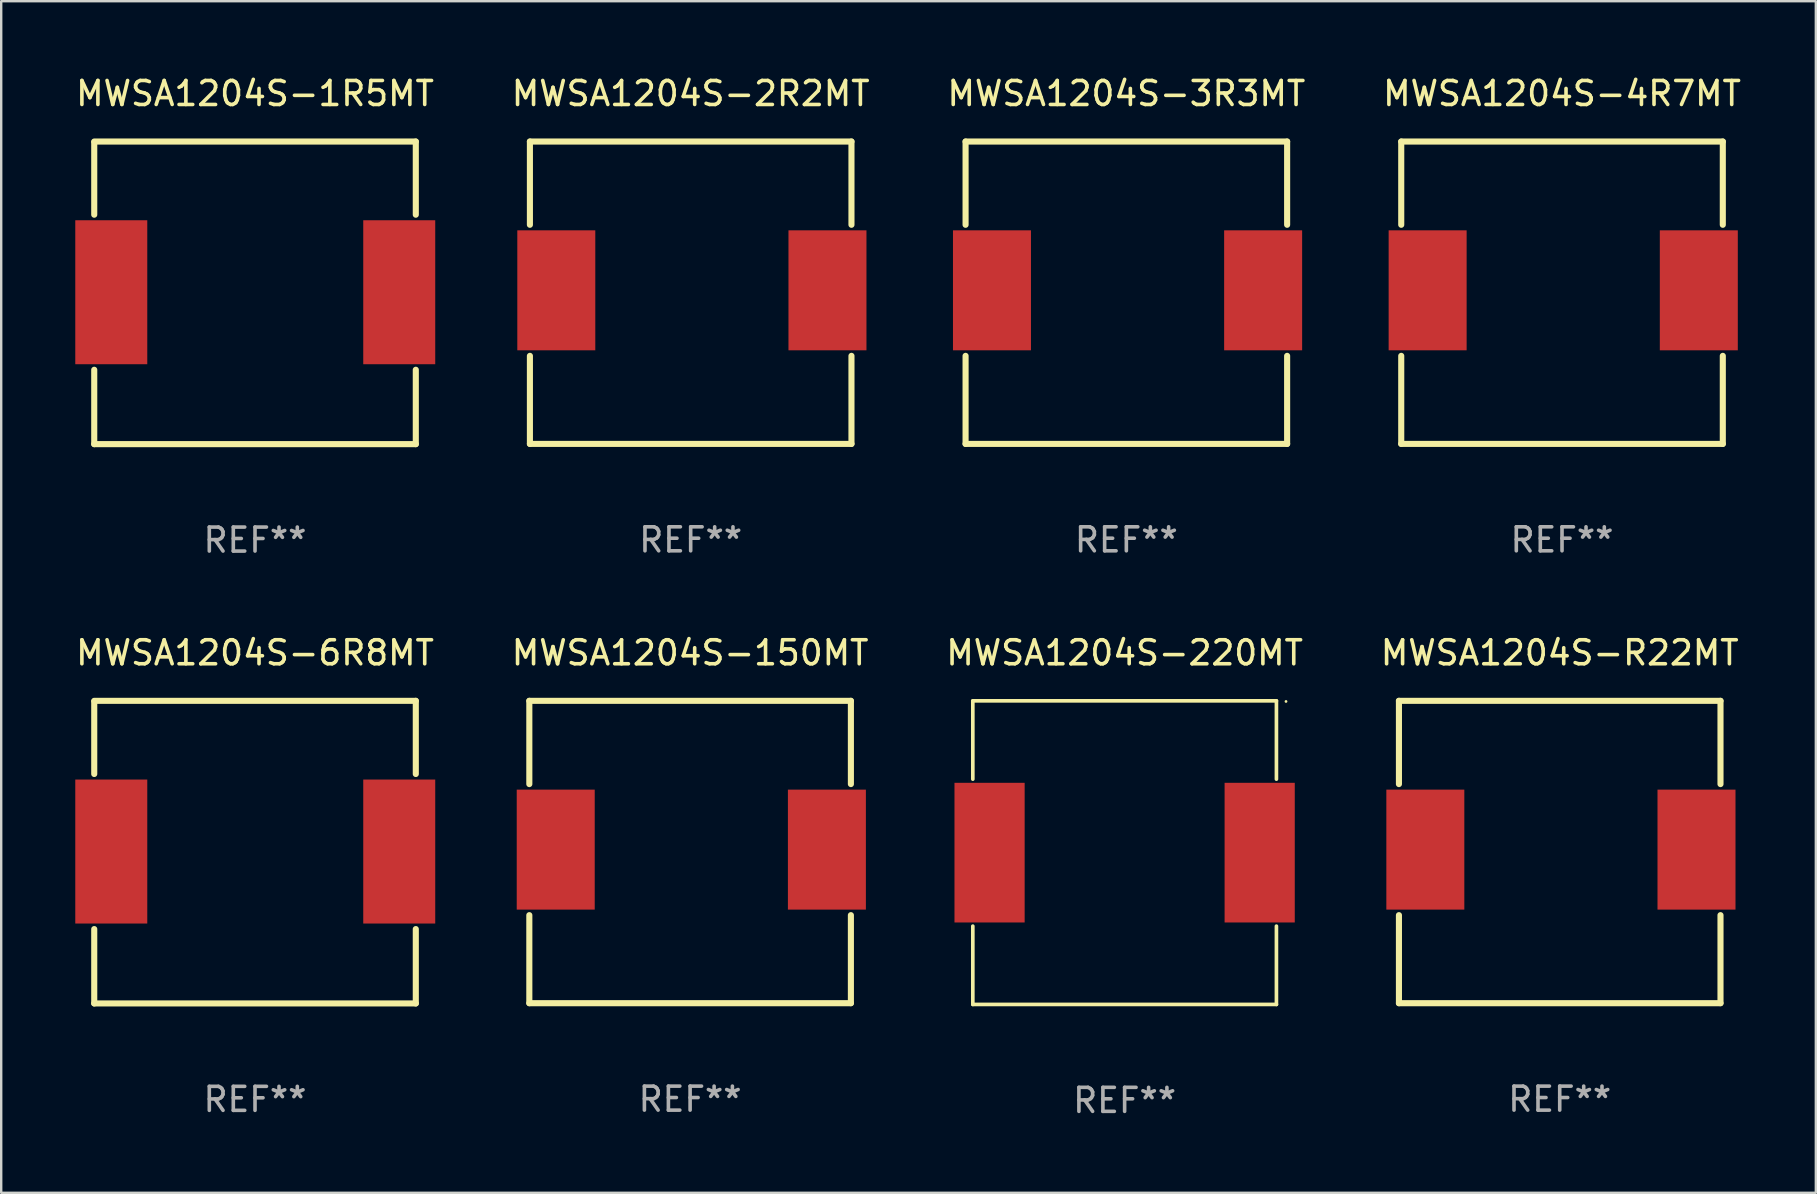
<source format=kicad_pcb>
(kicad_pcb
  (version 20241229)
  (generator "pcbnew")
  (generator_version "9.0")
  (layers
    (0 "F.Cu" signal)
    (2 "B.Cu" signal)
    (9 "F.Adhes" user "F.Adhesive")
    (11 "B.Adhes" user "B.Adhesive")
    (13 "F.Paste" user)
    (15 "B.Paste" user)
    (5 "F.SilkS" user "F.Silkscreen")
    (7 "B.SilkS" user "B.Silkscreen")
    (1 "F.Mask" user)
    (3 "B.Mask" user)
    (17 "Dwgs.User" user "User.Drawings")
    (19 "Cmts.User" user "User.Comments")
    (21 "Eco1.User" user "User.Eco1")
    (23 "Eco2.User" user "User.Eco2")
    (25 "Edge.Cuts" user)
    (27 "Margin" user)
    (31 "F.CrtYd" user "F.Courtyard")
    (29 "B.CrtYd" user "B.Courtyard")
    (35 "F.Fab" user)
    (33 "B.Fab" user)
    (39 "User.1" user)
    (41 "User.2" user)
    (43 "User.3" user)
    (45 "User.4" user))
  (footprint "MWSA1204S-150MT"
    (layer "F.Cu")
    (at 25.708 32.455)
    (property "Reference" "MWSA1204S-150MT" (at 0 -8.3 0) (layer "F.SilkS") (effects (font (size 1 1) (thickness 0.15))))
    (attr through_hole)
    (fp_line (start -6.7 -6.3) (end 6.7 -6.3) (stroke (width 0.254) (type solid)) (layer "F.SilkS"))
    (fp_line (start -6.7 -2.831) (end -6.7 -6.3) (stroke (width 0.254) (type solid)) (layer "F.SilkS"))
    (fp_line (start -6.7 6.3) (end -6.7 2.631) (stroke (width 0.254) (type solid)) (layer "F.SilkS"))
    (fp_line (start -6.7 6.3) (end 6.7 6.3) (stroke (width 0.254) (type solid)) (layer "F.SilkS"))
    (fp_line (start 6.7 -6.3) (end 6.7 -2.831) (stroke (width 0.254) (type solid)) (layer "F.SilkS"))
    (fp_line (start 6.7 2.631) (end 6.7 6.3) (stroke (width 0.254) (type solid)) (layer "F.SilkS"))
    (fp_circle (center -6.65 6.2) (end -6.62 6.2) (stroke (width 0.06) (type solid)) (fill no) (layer "F.SilkS"))
    (fp_text user "REF**" (at 0 10.3 0) (layer "F.Fab") (effects (font (size 1 1) (thickness 0.15))))
    (pad "1" smd rect (at -5.6 -0.1 90) (size 5 3.25) (layers "F.Cu" "F.Mask" "F.Paste"))
    (pad "2" smd rect (at 5.7 -0.1 90) (size 5 3.25) (layers "F.Cu" "F.Mask" "F.Paste")))
  (footprint "MWSA1204S-220MT"
    (layer "F.Cu")
    (at 43.815 32.481)
    (property "Reference" "MWSA1204S-220MT" (at 0 -8.326 0) (layer "F.SilkS") (effects (font (size 1 1) (thickness 0.15))))
    (attr through_hole)
    (fp_line (start -6.326 -6.326) (end 6.326 -6.326) (stroke (width 0.152) (type solid)) (layer "F.SilkS"))
    (fp_line (start -6.326 -3.062) (end -6.326 -6.326) (stroke (width 0.152) (type solid)) (layer "F.SilkS"))
    (fp_line (start -6.326 3.062) (end -6.326 6.326) (stroke (width 0.152) (type solid)) (layer "F.SilkS"))
    (fp_line (start -6.326 6.326) (end 6.326 6.326) (stroke (width 0.152) (type solid)) (layer "F.SilkS"))
    (fp_line (start 6.326 -6.326) (end 6.326 -3.062) (stroke (width 0.152) (type solid)) (layer "F.SilkS"))
    (fp_line (start 6.326 6.326) (end 6.326 3.062) (stroke (width 0.152) (type solid)) (layer "F.SilkS"))
    (fp_circle (center 6.725 -6.3) (end 6.755 -6.3) (stroke (width 0.06) (type solid)) (fill no) (layer "F.SilkS"))
    (fp_text user "REF**" (at 0 10.326 0) (layer "F.Fab") (effects (font (size 1 1) (thickness 0.15))))
    (pad "1" smd rect (at 5.628 0) (size 2.924 5.82) (layers "F.Cu" "F.Mask" "F.Paste"))
    (pad "2" smd rect (at -5.628 0) (size 2.924 5.82) (layers "F.Cu" "F.Mask" "F.Paste")))
  (footprint "MWSA1204S-R22MT"
    (layer "F.Cu")
    (at 61.946 32.455)
    (property "Reference" "MWSA1204S-R22MT" (at 0 -8.3 0) (layer "F.SilkS") (effects (font (size 1 1) (thickness 0.15))))
    (attr through_hole)
    (fp_line (start -6.7 -6.3) (end 6.7 -6.3) (stroke (width 0.254) (type solid)) (layer "F.SilkS"))
    (fp_line (start -6.7 -2.831) (end -6.7 -6.3) (stroke (width 0.254) (type solid)) (layer "F.SilkS"))
    (fp_line (start -6.7 6.3) (end -6.7 2.631) (stroke (width 0.254) (type solid)) (layer "F.SilkS"))
    (fp_line (start -6.7 6.3) (end 6.7 6.3) (stroke (width 0.254) (type solid)) (layer "F.SilkS"))
    (fp_line (start 6.7 -6.3) (end 6.7 -2.831) (stroke (width 0.254) (type solid)) (layer "F.SilkS"))
    (fp_line (start 6.7 2.631) (end 6.7 6.3) (stroke (width 0.254) (type solid)) (layer "F.SilkS"))
    (fp_circle (center -6.65 6.2) (end -6.62 6.2) (stroke (width 0.06) (type solid)) (fill no) (layer "F.SilkS"))
    (fp_text user "REF**" (at 0 10.3 0) (layer "F.Fab") (effects (font (size 1 1) (thickness 0.15))))
    (pad "1" smd rect (at -5.6 -0.1 90) (size 5 3.25) (layers "F.Cu" "F.Mask" "F.Paste"))
    (pad "2" smd rect (at 5.7 -0.1 90) (size 5 3.25) (layers "F.Cu" "F.Mask" "F.Paste")))
  (footprint "MWSA1204S-4R7MT"
    (layer "F.Cu")
    (at 62.042 9.148)
    (property "Reference" "MWSA1204S-4R7MT" (at 0 -8.3 0) (layer "F.SilkS") (effects (font (size 1 1) (thickness 0.15))))
    (attr through_hole)
    (fp_line (start -6.7 -6.3) (end 6.7 -6.3) (stroke (width 0.254) (type solid)) (layer "F.SilkS"))
    (fp_line (start -6.7 -2.831) (end -6.7 -6.3) (stroke (width 0.254) (type solid)) (layer "F.SilkS"))
    (fp_line (start -6.7 6.3) (end -6.7 2.631) (stroke (width 0.254) (type solid)) (layer "F.SilkS"))
    (fp_line (start -6.7 6.3) (end 6.7 6.3) (stroke (width 0.254) (type solid)) (layer "F.SilkS"))
    (fp_line (start 6.7 -6.3) (end 6.7 -2.831) (stroke (width 0.254) (type solid)) (layer "F.SilkS"))
    (fp_line (start 6.7 2.631) (end 6.7 6.3) (stroke (width 0.254) (type solid)) (layer "F.SilkS"))
    (fp_circle (center -6.65 6.2) (end -6.62 6.2) (stroke (width 0.06) (type solid)) (fill no) (layer "F.SilkS"))
    (fp_text user "REF**" (at 0 10.3 0) (layer "F.Fab") (effects (font (size 1 1) (thickness 0.15))))
    (pad "1" smd rect (at -5.6 -0.1 90) (size 5 3.25) (layers "F.Cu" "F.Mask" "F.Paste"))
    (pad "2" smd rect (at 5.7 -0.1 90) (size 5 3.25) (layers "F.Cu" "F.Mask" "F.Paste")))
  (footprint "MWSA1204S-2R2MT"
    (layer "F.Cu")
    (at 25.732 9.148)
    (property "Reference" "MWSA1204S-2R2MT" (at 0 -8.3 0) (layer "F.SilkS") (effects (font (size 1 1) (thickness 0.15))))
    (attr through_hole)
    (fp_line (start -6.7 -6.3) (end 6.7 -6.3) (stroke (width 0.254) (type solid)) (layer "F.SilkS"))
    (fp_line (start -6.7 -2.831) (end -6.7 -6.3) (stroke (width 0.254) (type solid)) (layer "F.SilkS"))
    (fp_line (start -6.7 6.3) (end -6.7 2.631) (stroke (width 0.254) (type solid)) (layer "F.SilkS"))
    (fp_line (start -6.7 6.3) (end 6.7 6.3) (stroke (width 0.254) (type solid)) (layer "F.SilkS"))
    (fp_line (start 6.7 -6.3) (end 6.7 -2.831) (stroke (width 0.254) (type solid)) (layer "F.SilkS"))
    (fp_line (start 6.7 2.631) (end 6.7 6.3) (stroke (width 0.254) (type solid)) (layer "F.SilkS"))
    (fp_circle (center -6.65 6.2) (end -6.62 6.2) (stroke (width 0.06) (type solid)) (fill no) (layer "F.SilkS"))
    (fp_text user "REF**" (at 0 10.3 0) (layer "F.Fab") (effects (font (size 1 1) (thickness 0.15))))
    (pad "1" smd rect (at -5.6 -0.1 90) (size 5 3.25) (layers "F.Cu" "F.Mask" "F.Paste"))
    (pad "2" smd rect (at 5.7 -0.1 90) (size 5 3.25) (layers "F.Cu" "F.Mask" "F.Paste")))
  (footprint "MWSA1204S-3R3MT"
    (layer "F.Cu")
    (at 43.887 9.148)
    (property "Reference" "MWSA1204S-3R3MT" (at 0 -8.3 0) (layer "F.SilkS") (effects (font (size 1 1) (thickness 0.15))))
    (attr through_hole)
    (fp_line (start -6.7 -6.3) (end 6.7 -6.3) (stroke (width 0.254) (type solid)) (layer "F.SilkS"))
    (fp_line (start -6.7 -2.831) (end -6.7 -6.3) (stroke (width 0.254) (type solid)) (layer "F.SilkS"))
    (fp_line (start -6.7 6.3) (end -6.7 2.631) (stroke (width 0.254) (type solid)) (layer "F.SilkS"))
    (fp_line (start -6.7 6.3) (end 6.7 6.3) (stroke (width 0.254) (type solid)) (layer "F.SilkS"))
    (fp_line (start 6.7 -6.3) (end 6.7 -2.831) (stroke (width 0.254) (type solid)) (layer "F.SilkS"))
    (fp_line (start 6.7 2.631) (end 6.7 6.3) (stroke (width 0.254) (type solid)) (layer "F.SilkS"))
    (fp_circle (center -6.65 6.2) (end -6.62 6.2) (stroke (width 0.06) (type solid)) (fill no) (layer "F.SilkS"))
    (fp_text user "REF**" (at 0 10.3 0) (layer "F.Fab") (effects (font (size 1 1) (thickness 0.15))))
    (pad "1" smd rect (at -5.6 -0.1 90) (size 5 3.25) (layers "F.Cu" "F.Mask" "F.Paste"))
    (pad "2" smd rect (at 5.7 -0.1 90) (size 5 3.25) (layers "F.Cu" "F.Mask" "F.Paste")))
  (footprint "MWSA1204S-6R8MT"
    (layer "F.Cu")
    (at 7.577 32.46)
    (property "Reference" "MWSA1204S-6R8MT" (at 0 -8.305 0) (layer "F.SilkS") (effects (font (size 1 1) (thickness 0.15))))
    (attr through_hole)
    (fp_line (start -6.7 -6.275) (end -6.7 -3.256) (stroke (width 0.254) (type solid)) (layer "F.SilkS"))
    (fp_line (start -6.7 3.206) (end -6.7 6.305) (stroke (width 0.254) (type solid)) (layer "F.SilkS"))
    (fp_line (start -6.7 6.305) (end 6.7 6.305) (stroke (width 0.254) (type solid)) (layer "F.SilkS"))
    (fp_line (start 6.7 -6.305) (end -6.7 -6.305) (stroke (width 0.254) (type solid)) (layer "F.SilkS"))
    (fp_line (start 6.7 -3.256) (end 6.7 -6.305) (stroke (width 0.254) (type solid)) (layer "F.SilkS"))
    (fp_line (start 6.7 6.305) (end 6.7 3.206) (stroke (width 0.254) (type solid)) (layer "F.SilkS"))
    (fp_circle (center -6.715 6.275) (end -6.685 6.275) (stroke (width 0.06) (type solid)) (fill no) (layer "F.SilkS"))
    (fp_text user "REF**" (at 0 10.305 0) (layer "F.Fab") (effects (font (size 1 1) (thickness 0.15))))
    (pad "1" smd rect (at -5.99 -0.025) (size 3 6) (layers "F.Cu" "F.Mask" "F.Paste"))
    (pad "2" smd rect (at 6.01 -0.025) (size 3 6) (layers "F.Cu" "F.Mask" "F.Paste")))
  (footprint "MWSA1204S-1R5MT"
    (layer "F.Cu")
    (at 7.577 9.153)
    (property "Reference" "MWSA1204S-1R5MT" (at 0 -8.305 0) (layer "F.SilkS") (effects (font (size 1 1) (thickness 0.15))))
    (attr through_hole)
    (fp_line (start -6.7 -6.275) (end -6.7 -3.256) (stroke (width 0.254) (type solid)) (layer "F.SilkS"))
    (fp_line (start -6.7 3.206) (end -6.7 6.305) (stroke (width 0.254) (type solid)) (layer "F.SilkS"))
    (fp_line (start -6.7 6.305) (end 6.7 6.305) (stroke (width 0.254) (type solid)) (layer "F.SilkS"))
    (fp_line (start 6.7 -6.305) (end -6.7 -6.305) (stroke (width 0.254) (type solid)) (layer "F.SilkS"))
    (fp_line (start 6.7 -3.256) (end 6.7 -6.305) (stroke (width 0.254) (type solid)) (layer "F.SilkS"))
    (fp_line (start 6.7 6.305) (end 6.7 3.206) (stroke (width 0.254) (type solid)) (layer "F.SilkS"))
    (fp_circle (center -6.715 6.275) (end -6.685 6.275) (stroke (width 0.06) (type solid)) (fill no) (layer "F.SilkS"))
    (fp_text user "REF**" (at 0 10.305 0) (layer "F.Fab") (effects (font (size 1 1) (thickness 0.15))))
    (pad "1" smd rect (at -5.99 -0.025) (size 3 6) (layers "F.Cu" "F.Mask" "F.Paste"))
    (pad "2" smd rect (at 6.01 -0.025) (size 3 6) (layers "F.Cu" "F.Mask" "F.Paste")))
  (gr_rect
    (start -3 -3)
    (end 72.619 46.655)
    (stroke (width 0.1) (type default))
    (fill no)
    (layer "Edge.Cuts")))
</source>
